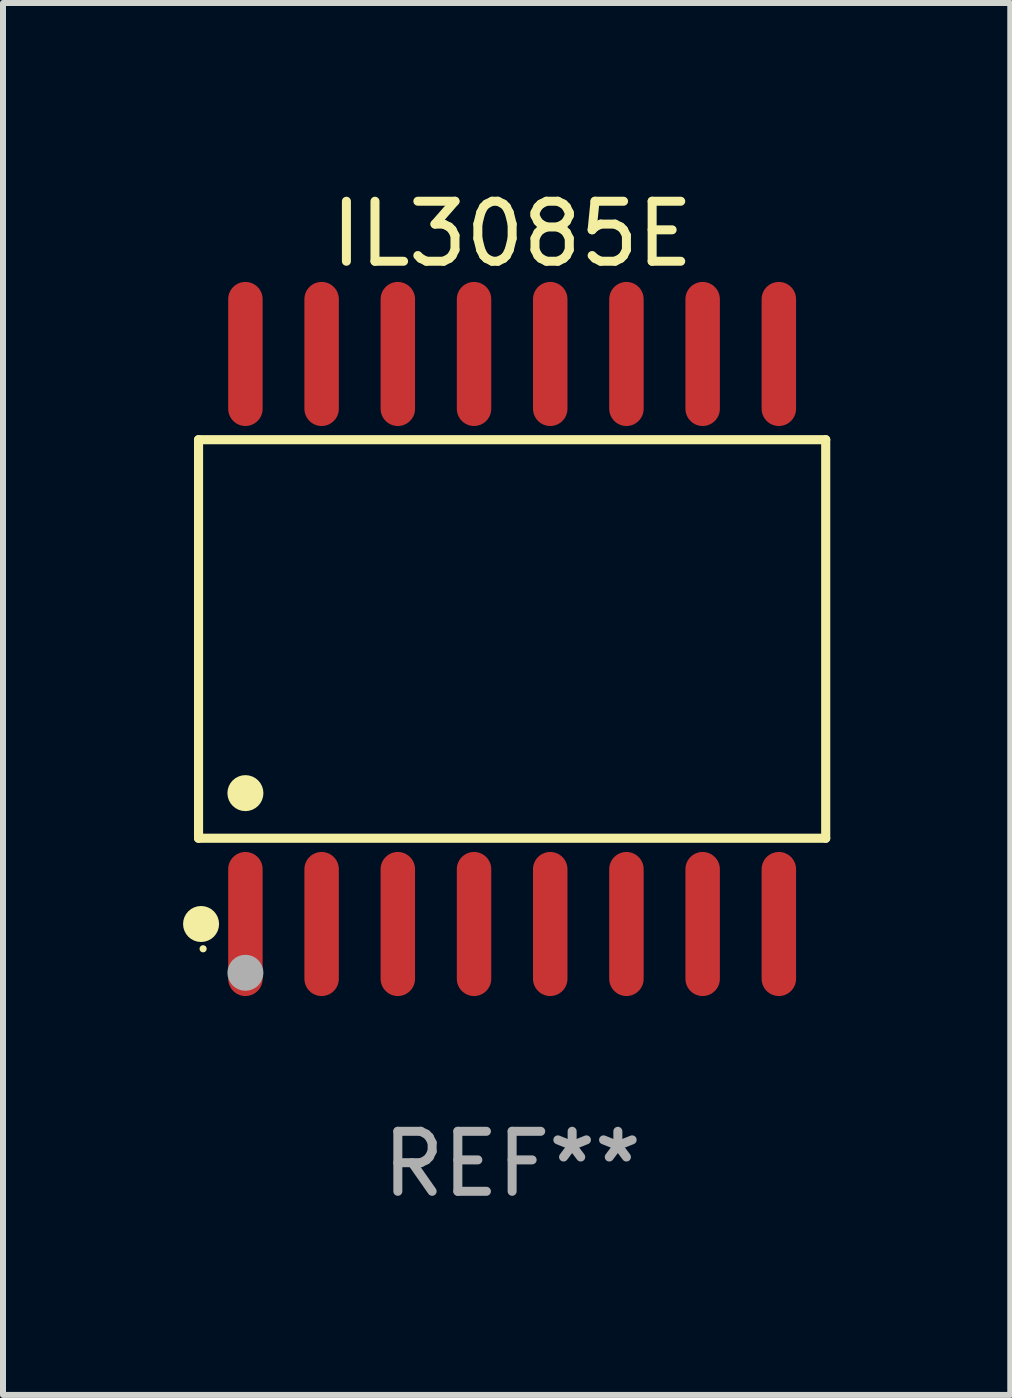
<source format=kicad_pcb>
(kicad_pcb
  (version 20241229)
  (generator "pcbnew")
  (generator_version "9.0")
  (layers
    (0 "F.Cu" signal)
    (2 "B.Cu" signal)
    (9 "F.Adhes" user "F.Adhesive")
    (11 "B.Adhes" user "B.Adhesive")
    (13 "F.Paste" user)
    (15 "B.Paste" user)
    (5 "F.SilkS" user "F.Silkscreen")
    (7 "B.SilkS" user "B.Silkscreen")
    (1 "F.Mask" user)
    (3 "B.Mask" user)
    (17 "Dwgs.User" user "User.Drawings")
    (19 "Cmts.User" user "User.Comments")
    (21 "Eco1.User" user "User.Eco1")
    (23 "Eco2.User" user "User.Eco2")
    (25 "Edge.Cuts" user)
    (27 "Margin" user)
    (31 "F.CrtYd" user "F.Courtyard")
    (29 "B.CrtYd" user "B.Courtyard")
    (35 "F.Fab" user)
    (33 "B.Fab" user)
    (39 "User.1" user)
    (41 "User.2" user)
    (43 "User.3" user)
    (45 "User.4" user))
  (footprint "IL3085E"
    (layer "F.Cu")
    (at 5.485 7.599)
    (property "Reference" "IL3085E" (at 0 -6.75 0) (layer "F.SilkS") (effects (font (size 1 1) (thickness 0.15))))
    (attr through_hole)
    (fp_line (start -5.226 -3.321) (end 5.226 -3.321) (stroke (width 0.152) (type solid)) (layer "F.SilkS"))
    (fp_line (start -5.226 3.321) (end -5.226 -3.321) (stroke (width 0.152) (type solid)) (layer "F.SilkS"))
    (fp_line (start 5.226 -3.321) (end 5.226 3.321) (stroke (width 0.152) (type solid)) (layer "F.SilkS"))
    (fp_line (start 5.226 3.321) (end -5.226 3.321) (stroke (width 0.152) (type solid)) (layer "F.SilkS"))
    (fp_circle (center -5.184 4.75) (end -5.034 4.75) (stroke (width 0.3) (type solid)) (fill no) (layer "F.SilkS"))
    (fp_circle (center -5.15 5.163) (end -5.12 5.163) (stroke (width 0.06) (type solid)) (fill no) (layer "F.SilkS"))
    (fp_circle (center -4.445 2.569) (end -4.295 2.569) (stroke (width 0.3) (type solid)) (fill no) (layer "F.SilkS"))
    (fp_circle (center -4.445 5.563) (end -4.295 5.563) (stroke (width 0.3) (type solid)) (fill no) (layer "F.Fab"))
    (fp_text user "REF**" (at 0 8.75 0) (layer "F.Fab") (effects (font (size 1 1) (thickness 0.15))))
    (pad "1" smd oval (at -4.445 4.75) (size 0.574 2.401) (layers "F.Cu" "F.Mask" "F.Paste"))
    (pad "2" smd oval (at -3.175 4.75) (size 0.574 2.401) (layers "F.Cu" "F.Mask" "F.Paste"))
    (pad "3" smd oval (at -1.905 4.75) (size 0.574 2.401) (layers "F.Cu" "F.Mask" "F.Paste"))
    (pad "4" smd oval (at -0.635 4.75) (size 0.574 2.401) (layers "F.Cu" "F.Mask" "F.Paste"))
    (pad "5" smd oval (at 0.635 4.75) (size 0.574 2.401) (layers "F.Cu" "F.Mask" "F.Paste"))
    (pad "6" smd oval (at 1.905 4.75) (size 0.574 2.401) (layers "F.Cu" "F.Mask" "F.Paste"))
    (pad "7" smd oval (at 3.175 4.75) (size 0.574 2.401) (layers "F.Cu" "F.Mask" "F.Paste"))
    (pad "8" smd oval (at 4.445 4.75) (size 0.574 2.401) (layers "F.Cu" "F.Mask" "F.Paste"))
    (pad "9" smd oval (at 4.445 -4.75) (size 0.574 2.401) (layers "F.Cu" "F.Mask" "F.Paste"))
    (pad "10" smd oval (at 3.175 -4.75) (size 0.574 2.401) (layers "F.Cu" "F.Mask" "F.Paste"))
    (pad "11" smd oval (at 1.905 -4.75) (size 0.574 2.401) (layers "F.Cu" "F.Mask" "F.Paste"))
    (pad "12" smd oval (at 0.635 -4.75) (size 0.574 2.401) (layers "F.Cu" "F.Mask" "F.Paste"))
    (pad "13" smd oval (at -0.635 -4.75) (size 0.574 2.401) (layers "F.Cu" "F.Mask" "F.Paste"))
    (pad "14" smd oval (at -1.905 -4.75) (size 0.574 2.401) (layers "F.Cu" "F.Mask" "F.Paste"))
    (pad "15" smd oval (at -3.175 -4.75) (size 0.574 2.401) (layers "F.Cu" "F.Mask" "F.Paste"))
    (pad "16" smd oval (at -4.445 -4.75) (size 0.574 2.401) (layers "F.Cu" "F.Mask" "F.Paste")))
  (gr_rect
    (start -3 -3)
    (end 13.787 20.197)
    (stroke (width 0.1) (type default))
    (fill no)
    (layer "Edge.Cuts")))
</source>
